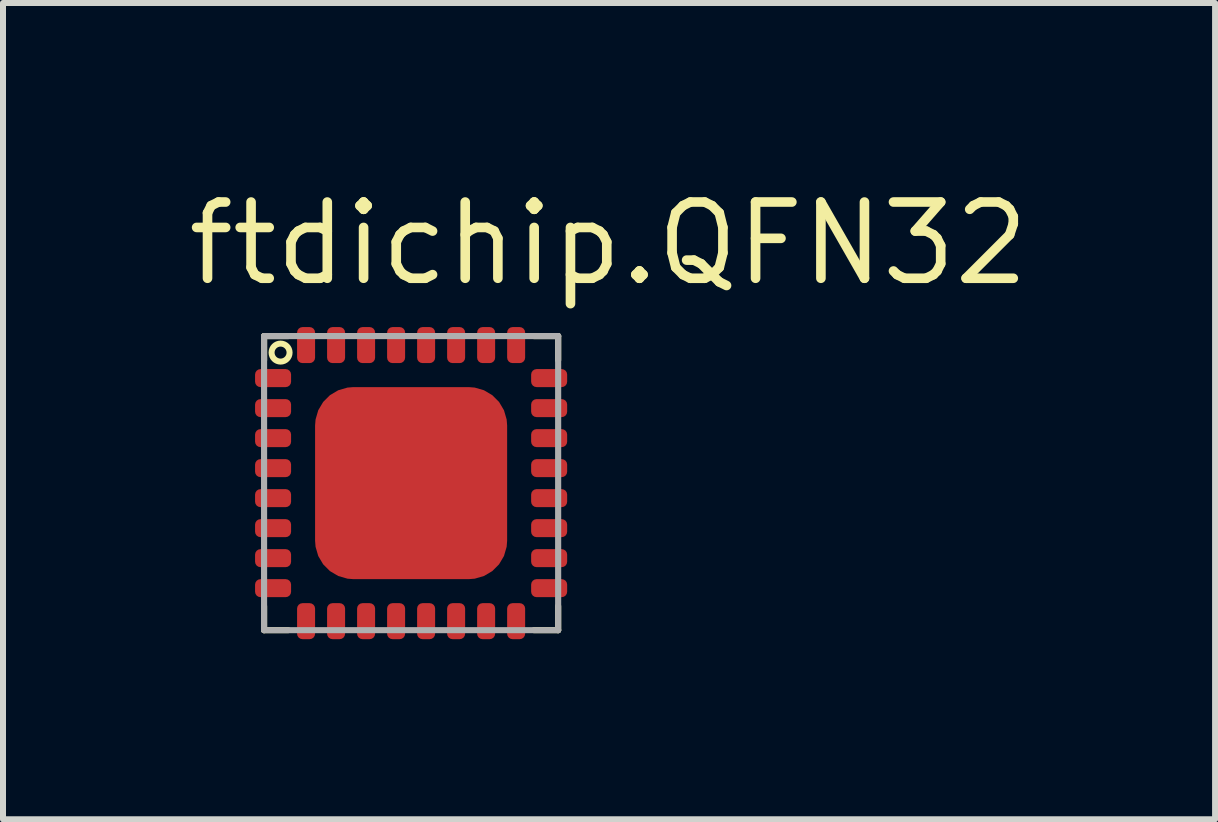
<source format=kicad_pcb>
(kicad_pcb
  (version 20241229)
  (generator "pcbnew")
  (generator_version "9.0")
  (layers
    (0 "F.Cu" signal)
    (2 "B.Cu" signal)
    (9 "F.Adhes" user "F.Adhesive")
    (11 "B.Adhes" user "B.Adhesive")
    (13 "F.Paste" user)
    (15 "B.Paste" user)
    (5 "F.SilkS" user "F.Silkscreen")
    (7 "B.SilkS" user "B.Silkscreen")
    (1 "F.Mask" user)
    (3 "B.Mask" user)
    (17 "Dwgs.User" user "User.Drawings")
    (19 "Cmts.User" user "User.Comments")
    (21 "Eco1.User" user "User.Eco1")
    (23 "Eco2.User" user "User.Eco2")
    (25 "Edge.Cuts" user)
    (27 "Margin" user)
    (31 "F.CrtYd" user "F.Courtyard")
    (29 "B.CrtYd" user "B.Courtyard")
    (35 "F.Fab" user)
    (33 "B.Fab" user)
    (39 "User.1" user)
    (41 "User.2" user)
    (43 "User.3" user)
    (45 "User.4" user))
  (footprint "ftdichip.QFN32"
    (layer "F.Cu")
    (at 3.8 5)
    (property "Reference" "ftdichip.QFN32" (at -3.8 -3.25 0) (layer "F.SilkS") (effects (font (size 1.27 1.27) (thickness 0.16)) (justify left bottom)))
    (attr smd)
    (fp_poly (pts (xy -2.55 -1.35) (xy -2.05 -1.35) (xy -2.05 -1.15) (xy -2.55 -1.15)) (stroke (width 0.102) (type default)) (fill yes) (layer "F.Mask"))
    (fp_poly (pts (xy -2.55 -0.85) (xy -2.05 -0.85) (xy -2.05 -0.65) (xy -2.55 -0.65)) (stroke (width 0.102) (type default)) (fill yes) (layer "F.Mask"))
    (fp_poly (pts (xy -2.55 -0.35) (xy -2.05 -0.35) (xy -2.05 -0.15) (xy -2.55 -0.15)) (stroke (width 0.102) (type default)) (fill yes) (layer "F.Mask"))
    (fp_poly (pts (xy -2.55 0.15) (xy -2.05 0.15) (xy -2.05 0.35) (xy -2.55 0.35)) (stroke (width 0.102) (type default)) (fill yes) (layer "F.Mask"))
    (fp_poly (pts (xy -2.55 0.65) (xy -2.05 0.65) (xy -2.05 0.85) (xy -2.55 0.85)) (stroke (width 0.102) (type default)) (fill yes) (layer "F.Mask"))
    (fp_poly (pts (xy -2.55 1.15) (xy -2.05 1.15) (xy -2.05 1.35) (xy -2.55 1.35)) (stroke (width 0.102) (type default)) (fill yes) (layer "F.Mask"))
    (fp_poly (pts (xy -1.35 2.55) (xy -1.35 2.05) (xy -1.15 2.05) (xy -1.15 2.55)) (stroke (width 0.102) (type default)) (fill yes) (layer "F.Mask"))
    (fp_poly (pts (xy -1.325 -1.325) (xy 1.325 -1.325) (xy 1.325 1.325) (xy -1.325 1.325)) (stroke (width 0.5) (type default)) (fill yes) (layer "F.Mask"))
    (fp_poly (pts (xy -1.15 -2.55) (xy -1.15 -2.05) (xy -1.35 -2.05) (xy -1.35 -2.55)) (stroke (width 0.102) (type default)) (fill yes) (layer "F.Mask"))
    (fp_poly (pts (xy -0.85 2.55) (xy -0.85 2.05) (xy -0.65 2.05) (xy -0.65 2.55)) (stroke (width 0.102) (type default)) (fill yes) (layer "F.Mask"))
    (fp_poly (pts (xy -0.65 -2.55) (xy -0.65 -2.05) (xy -0.85 -2.05) (xy -0.85 -2.55)) (stroke (width 0.102) (type default)) (fill yes) (layer "F.Mask"))
    (fp_poly (pts (xy -0.35 2.55) (xy -0.35 2.05) (xy -0.15 2.05) (xy -0.15 2.55)) (stroke (width 0.102) (type default)) (fill yes) (layer "F.Mask"))
    (fp_poly (pts (xy -0.15 -2.55) (xy -0.15 -2.05) (xy -0.35 -2.05) (xy -0.35 -2.55)) (stroke (width 0.102) (type default)) (fill yes) (layer "F.Mask"))
    (fp_poly (pts (xy 0.15 2.55) (xy 0.15 2.05) (xy 0.35 2.05) (xy 0.35 2.55)) (stroke (width 0.102) (type default)) (fill yes) (layer "F.Mask"))
    (fp_poly (pts (xy 0.35 -2.55) (xy 0.35 -2.05) (xy 0.15 -2.05) (xy 0.15 -2.55)) (stroke (width 0.102) (type default)) (fill yes) (layer "F.Mask"))
    (fp_poly (pts (xy 0.65 2.55) (xy 0.65 2.05) (xy 0.85 2.05) (xy 0.85 2.55)) (stroke (width 0.102) (type default)) (fill yes) (layer "F.Mask"))
    (fp_poly (pts (xy 0.85 -2.55) (xy 0.85 -2.05) (xy 0.65 -2.05) (xy 0.65 -2.55)) (stroke (width 0.102) (type default)) (fill yes) (layer "F.Mask"))
    (fp_poly (pts (xy 1.15 2.55) (xy 1.15 2.05) (xy 1.35 2.05) (xy 1.35 2.55)) (stroke (width 0.102) (type default)) (fill yes) (layer "F.Mask"))
    (fp_poly (pts (xy 1.35 -2.55) (xy 1.35 -2.05) (xy 1.15 -2.05) (xy 1.15 -2.55)) (stroke (width 0.102) (type default)) (fill yes) (layer "F.Mask"))
    (fp_poly (pts (xy 2.55 -1.15) (xy 2.05 -1.15) (xy 2.05 -1.35) (xy 2.55 -1.35)) (stroke (width 0.102) (type default)) (fill yes) (layer "F.Mask"))
    (fp_poly (pts (xy 2.55 -0.65) (xy 2.05 -0.65) (xy 2.05 -0.85) (xy 2.55 -0.85)) (stroke (width 0.102) (type default)) (fill yes) (layer "F.Mask"))
    (fp_poly (pts (xy 2.55 -0.15) (xy 2.05 -0.15) (xy 2.05 -0.35) (xy 2.55 -0.35)) (stroke (width 0.102) (type default)) (fill yes) (layer "F.Mask"))
    (fp_poly (pts (xy 2.55 0.35) (xy 2.05 0.35) (xy 2.05 0.15) (xy 2.55 0.15)) (stroke (width 0.102) (type default)) (fill yes) (layer "F.Mask"))
    (fp_poly (pts (xy 2.55 0.85) (xy 2.05 0.85) (xy 2.05 0.65) (xy 2.55 0.65)) (stroke (width 0.102) (type default)) (fill yes) (layer "F.Mask"))
    (fp_poly (pts (xy 2.55 1.35) (xy 2.05 1.35) (xy 2.05 1.15) (xy 2.55 1.15)) (stroke (width 0.102) (type default)) (fill yes) (layer "F.Mask"))
    (fp_poly (pts (xy -2.55 -1.85) (xy -2.1 -1.85) (xy -2.05 -1.8) (xy -2.05 -1.65) (xy -2.55 -1.65)) (stroke (width 0.102) (type default)) (fill yes) (layer "F.Mask"))
    (fp_poly (pts (xy -2.55 1.85) (xy -2.1 1.85) (xy -2.05 1.8) (xy -2.05 1.65) (xy -2.55 1.65)) (stroke (width 0.102) (type default)) (fill yes) (layer "F.Mask"))
    (fp_poly (pts (xy -1.85 -2.55) (xy -1.85 -2.1) (xy -1.8 -2.05) (xy -1.65 -2.05) (xy -1.65 -2.55)) (stroke (width 0.102) (type default)) (fill yes) (layer "F.Mask"))
    (fp_poly (pts (xy -1.85 2.55) (xy -1.85 2.1) (xy -1.8 2.05) (xy -1.65 2.05) (xy -1.65 2.55)) (stroke (width 0.102) (type default)) (fill yes) (layer "F.Mask"))
    (fp_poly (pts (xy 1.85 -2.55) (xy 1.85 -2.1) (xy 1.8 -2.05) (xy 1.65 -2.05) (xy 1.65 -2.55)) (stroke (width 0.102) (type default)) (fill yes) (layer "F.Mask"))
    (fp_poly (pts (xy 1.85 2.55) (xy 1.85 2.1) (xy 1.8 2.05) (xy 1.65 2.05) (xy 1.65 2.55)) (stroke (width 0.102) (type default)) (fill yes) (layer "F.Mask"))
    (fp_poly (pts (xy 2.55 -1.85) (xy 2.1 -1.85) (xy 2.05 -1.8) (xy 2.05 -1.65) (xy 2.55 -1.65)) (stroke (width 0.102) (type default)) (fill yes) (layer "F.Mask"))
    (fp_poly (pts (xy 2.55 1.85) (xy 2.1 1.85) (xy 2.05 1.8) (xy 2.05 1.65) (xy 2.55 1.65)) (stroke (width 0.102) (type default)) (fill yes) (layer "F.Mask"))
    (fp_line (start -2.45 -2.45) (end -2.05 -2.45) (stroke (width 0.102) (type default)) (layer "F.SilkS"))
    (fp_line (start -2.45 -2.05) (end -2.45 -2.45) (stroke (width 0.102) (type default)) (layer "F.SilkS"))
    (fp_line (start -2.45 2.45) (end -2.45 2.05) (stroke (width 0.102) (type default)) (layer "F.SilkS"))
    (fp_line (start -2.05 2.45) (end -2.45 2.45) (stroke (width 0.102) (type default)) (layer "F.SilkS"))
    (fp_line (start 2.05 -2.45) (end 2.45 -2.45) (stroke (width 0.102) (type default)) (layer "F.SilkS"))
    (fp_line (start 2.45 -2.45) (end 2.45 -2.05) (stroke (width 0.102) (type default)) (layer "F.SilkS"))
    (fp_line (start 2.45 2.05) (end 2.45 2.45) (stroke (width 0.102) (type default)) (layer "F.SilkS"))
    (fp_line (start 2.45 2.45) (end 2.05 2.45) (stroke (width 0.102) (type default)) (layer "F.SilkS"))
    (fp_circle (center -2.175 -2.175) (end -2.025 -2.175) (stroke (width 0.1) (type default)) (fill no) (layer "F.SilkS"))
    (fp_rect (start -1.3 -1.1) (end -0.7 -1.4) (stroke (width 0.05) (type default)) (fill yes) (layer "F.Paste"))
    (fp_rect (start -1.3 -0.6) (end -0.7 -0.9) (stroke (width 0.05) (type default)) (fill yes) (layer "F.Paste"))
    (fp_rect (start -1.3 -0.1) (end -0.7 -0.4) (stroke (width 0.05) (type default)) (fill yes) (layer "F.Paste"))
    (fp_rect (start -1.3 0.4) (end -0.7 0.1) (stroke (width 0.05) (type default)) (fill yes) (layer "F.Paste"))
    (fp_rect (start -1.3 0.9) (end -0.7 0.6) (stroke (width 0.05) (type default)) (fill yes) (layer "F.Paste"))
    (fp_rect (start -1.3 1.4) (end -0.7 1.1) (stroke (width 0.05) (type default)) (fill yes) (layer "F.Paste"))
    (fp_rect (start -0.3 -1.1) (end 0.3 -1.4) (stroke (width 0.05) (type default)) (fill yes) (layer "F.Paste"))
    (fp_rect (start -0.3 -0.6) (end 0.3 -0.9) (stroke (width 0.05) (type default)) (fill yes) (layer "F.Paste"))
    (fp_rect (start -0.3 -0.1) (end 0.3 -0.4) (stroke (width 0.05) (type default)) (fill yes) (layer "F.Paste"))
    (fp_rect (start -0.3 0.4) (end 0.3 0.1) (stroke (width 0.05) (type default)) (fill yes) (layer "F.Paste"))
    (fp_rect (start -0.3 0.9) (end 0.3 0.6) (stroke (width 0.05) (type default)) (fill yes) (layer "F.Paste"))
    (fp_rect (start -0.3 1.4) (end 0.3 1.1) (stroke (width 0.05) (type default)) (fill yes) (layer "F.Paste"))
    (fp_rect (start 0.7 -1.1) (end 1.3 -1.4) (stroke (width 0.05) (type default)) (fill yes) (layer "F.Paste"))
    (fp_rect (start 0.7 -0.6) (end 1.3 -0.9) (stroke (width 0.05) (type default)) (fill yes) (layer "F.Paste"))
    (fp_rect (start 0.7 -0.1) (end 1.3 -0.4) (stroke (width 0.05) (type default)) (fill yes) (layer "F.Paste"))
    (fp_rect (start 0.7 0.4) (end 1.3 0.1) (stroke (width 0.05) (type default)) (fill yes) (layer "F.Paste"))
    (fp_rect (start 0.7 0.9) (end 1.3 0.6) (stroke (width 0.05) (type default)) (fill yes) (layer "F.Paste"))
    (fp_rect (start 0.7 1.4) (end 1.3 1.1) (stroke (width 0.05) (type default)) (fill yes) (layer "F.Paste"))
    (fp_poly (pts (xy -2.525 -1.325) (xy -2.075 -1.325) (xy -2.075 -1.175) (xy -2.525 -1.175)) (stroke (width 0.102) (type default)) (fill yes) (layer "F.Paste"))
    (fp_poly (pts (xy -2.525 -0.825) (xy -2.075 -0.825) (xy -2.075 -0.675) (xy -2.525 -0.675)) (stroke (width 0.102) (type default)) (fill yes) (layer "F.Paste"))
    (fp_poly (pts (xy -2.525 -0.325) (xy -2.075 -0.325) (xy -2.075 -0.175) (xy -2.525 -0.175)) (stroke (width 0.102) (type default)) (fill yes) (layer "F.Paste"))
    (fp_poly (pts (xy -2.525 0.175) (xy -2.075 0.175) (xy -2.075 0.325) (xy -2.525 0.325)) (stroke (width 0.102) (type default)) (fill yes) (layer "F.Paste"))
    (fp_poly (pts (xy -2.525 0.675) (xy -2.075 0.675) (xy -2.075 0.825) (xy -2.525 0.825)) (stroke (width 0.102) (type default)) (fill yes) (layer "F.Paste"))
    (fp_poly (pts (xy -2.525 1.175) (xy -2.075 1.175) (xy -2.075 1.325) (xy -2.525 1.325)) (stroke (width 0.102) (type default)) (fill yes) (layer "F.Paste"))
    (fp_poly (pts (xy -1.325 2.525) (xy -1.325 2.075) (xy -1.175 2.075) (xy -1.175 2.525)) (stroke (width 0.102) (type default)) (fill yes) (layer "F.Paste"))
    (fp_poly (pts (xy -1.175 -2.525) (xy -1.175 -2.075) (xy -1.325 -2.075) (xy -1.325 -2.525)) (stroke (width 0.102) (type default)) (fill yes) (layer "F.Paste"))
    (fp_poly (pts (xy -0.825 2.525) (xy -0.825 2.075) (xy -0.675 2.075) (xy -0.675 2.525)) (stroke (width 0.102) (type default)) (fill yes) (layer "F.Paste"))
    (fp_poly (pts (xy -0.675 -2.525) (xy -0.675 -2.075) (xy -0.825 -2.075) (xy -0.825 -2.525)) (stroke (width 0.102) (type default)) (fill yes) (layer "F.Paste"))
    (fp_poly (pts (xy -0.325 2.525) (xy -0.325 2.075) (xy -0.175 2.075) (xy -0.175 2.525)) (stroke (width 0.102) (type default)) (fill yes) (layer "F.Paste"))
    (fp_poly (pts (xy -0.175 -2.525) (xy -0.175 -2.075) (xy -0.325 -2.075) (xy -0.325 -2.525)) (stroke (width 0.102) (type default)) (fill yes) (layer "F.Paste"))
    (fp_poly (pts (xy 0.175 2.525) (xy 0.175 2.075) (xy 0.325 2.075) (xy 0.325 2.525)) (stroke (width 0.102) (type default)) (fill yes) (layer "F.Paste"))
    (fp_poly (pts (xy 0.325 -2.525) (xy 0.325 -2.075) (xy 0.175 -2.075) (xy 0.175 -2.525)) (stroke (width 0.102) (type default)) (fill yes) (layer "F.Paste"))
    (fp_poly (pts (xy 0.675 2.525) (xy 0.675 2.075) (xy 0.825 2.075) (xy 0.825 2.525)) (stroke (width 0.102) (type default)) (fill yes) (layer "F.Paste"))
    (fp_poly (pts (xy 0.825 -2.525) (xy 0.825 -2.075) (xy 0.675 -2.075) (xy 0.675 -2.525)) (stroke (width 0.102) (type default)) (fill yes) (layer "F.Paste"))
    (fp_poly (pts (xy 1.175 2.525) (xy 1.175 2.075) (xy 1.325 2.075) (xy 1.325 2.525)) (stroke (width 0.102) (type default)) (fill yes) (layer "F.Paste"))
    (fp_poly (pts (xy 1.325 -2.525) (xy 1.325 -2.075) (xy 1.175 -2.075) (xy 1.175 -2.525)) (stroke (width 0.102) (type default)) (fill yes) (layer "F.Paste"))
    (fp_poly (pts (xy 2.525 -1.175) (xy 2.075 -1.175) (xy 2.075 -1.325) (xy 2.525 -1.325)) (stroke (width 0.102) (type default)) (fill yes) (layer "F.Paste"))
    (fp_poly (pts (xy 2.525 -0.675) (xy 2.075 -0.675) (xy 2.075 -0.825) (xy 2.525 -0.825)) (stroke (width 0.102) (type default)) (fill yes) (layer "F.Paste"))
    (fp_poly (pts (xy 2.525 -0.175) (xy 2.075 -0.175) (xy 2.075 -0.325) (xy 2.525 -0.325)) (stroke (width 0.102) (type default)) (fill yes) (layer "F.Paste"))
    (fp_poly (pts (xy 2.525 0.325) (xy 2.075 0.325) (xy 2.075 0.175) (xy 2.525 0.175)) (stroke (width 0.102) (type default)) (fill yes) (layer "F.Paste"))
    (fp_poly (pts (xy 2.525 0.825) (xy 2.075 0.825) (xy 2.075 0.675) (xy 2.525 0.675)) (stroke (width 0.102) (type default)) (fill yes) (layer "F.Paste"))
    (fp_poly (pts (xy 2.525 1.325) (xy 2.075 1.325) (xy 2.075 1.175) (xy 2.525 1.175)) (stroke (width 0.102) (type default)) (fill yes) (layer "F.Paste"))
    (fp_poly (pts (xy -2.525 -1.825) (xy -2.125 -1.825) (xy -2.075 -1.775) (xy -2.075 -1.675) (xy -2.525 -1.675)) (stroke (width 0.102) (type default)) (fill yes) (layer "F.Paste"))
    (fp_poly (pts (xy -2.525 1.825) (xy -2.125 1.825) (xy -2.075 1.775) (xy -2.075 1.675) (xy -2.525 1.675)) (stroke (width 0.102) (type default)) (fill yes) (layer "F.Paste"))
    (fp_poly (pts (xy -1.825 -2.525) (xy -1.825 -2.125) (xy -1.775 -2.075) (xy -1.675 -2.075) (xy -1.675 -2.525)) (stroke (width 0.102) (type default)) (fill yes) (layer "F.Paste"))
    (fp_poly (pts (xy -1.825 2.525) (xy -1.825 2.125) (xy -1.775 2.075) (xy -1.675 2.075) (xy -1.675 2.525)) (stroke (width 0.102) (type default)) (fill yes) (layer "F.Paste"))
    (fp_poly (pts (xy 1.825 -2.525) (xy 1.825 -2.125) (xy 1.775 -2.075) (xy 1.675 -2.075) (xy 1.675 -2.525)) (stroke (width 0.102) (type default)) (fill yes) (layer "F.Paste"))
    (fp_poly (pts (xy 1.825 2.525) (xy 1.825 2.125) (xy 1.775 2.075) (xy 1.675 2.075) (xy 1.675 2.525)) (stroke (width 0.102) (type default)) (fill yes) (layer "F.Paste"))
    (fp_poly (pts (xy 2.525 -1.825) (xy 2.125 -1.825) (xy 2.075 -1.775) (xy 2.075 -1.675) (xy 2.525 -1.675)) (stroke (width 0.102) (type default)) (fill yes) (layer "F.Paste"))
    (fp_poly (pts (xy 2.525 1.825) (xy 2.125 1.825) (xy 2.075 1.775) (xy 2.075 1.675) (xy 2.525 1.675)) (stroke (width 0.102) (type default)) (fill yes) (layer "F.Paste"))
    (fp_line (start -2.45 -2.45) (end 2.45 -2.45) (stroke (width 0.102) (type default)) (layer "F.Fab"))
    (fp_line (start -2.45 2.45) (end -2.45 -2.45) (stroke (width 0.102) (type default)) (layer "F.Fab"))
    (fp_line (start 2.45 -2.45) (end 2.45 2.45) (stroke (width 0.102) (type default)) (layer "F.Fab"))
    (fp_line (start 2.45 2.45) (end -2.45 2.45) (stroke (width 0.102) (type default)) (layer "F.Fab"))
    (pad "1" smd roundrect (at -2.3 -1.75) (size 0.6 0.3) (layers "F.Cu" "F.Mask" "F.Paste") (roundrect_rratio 0.3))
    (pad "2" smd roundrect (at -2.3 -1.25) (size 0.6 0.3) (layers "F.Cu" "F.Mask" "F.Paste") (roundrect_rratio 0.3))
    (pad "3" smd roundrect (at -2.3 -0.75) (size 0.6 0.3) (layers "F.Cu" "F.Mask" "F.Paste") (roundrect_rratio 0.3))
    (pad "4" smd roundrect (at -2.3 -0.25) (size 0.6 0.3) (layers "F.Cu" "F.Mask" "F.Paste") (roundrect_rratio 0.3))
    (pad "5" smd roundrect (at -2.3 0.25) (size 0.6 0.3) (layers "F.Cu" "F.Mask" "F.Paste") (roundrect_rratio 0.3))
    (pad "6" smd roundrect (at -2.3 0.75) (size 0.6 0.3) (layers "F.Cu" "F.Mask" "F.Paste") (roundrect_rratio 0.3))
    (pad "7" smd roundrect (at -2.3 1.25) (size 0.6 0.3) (layers "F.Cu" "F.Mask" "F.Paste") (roundrect_rratio 0.3))
    (pad "8" smd roundrect (at -2.3 1.75) (size 0.6 0.3) (layers "F.Cu" "F.Mask" "F.Paste") (roundrect_rratio 0.3))
    (pad "9" smd roundrect (at -1.75 2.3 90) (size 0.6 0.3) (layers "F.Cu" "F.Mask" "F.Paste") (roundrect_rratio 0.3))
    (pad "10" smd roundrect (at -1.25 2.3 90) (size 0.6 0.3) (layers "F.Cu" "F.Mask" "F.Paste") (roundrect_rratio 0.3))
    (pad "11" smd roundrect (at -0.75 2.3 90) (size 0.6 0.3) (layers "F.Cu" "F.Mask" "F.Paste") (roundrect_rratio 0.3))
    (pad "12" smd roundrect (at -0.25 2.3 90) (size 0.6 0.3) (layers "F.Cu" "F.Mask" "F.Paste") (roundrect_rratio 0.3))
    (pad "13" smd roundrect (at 0.25 2.3 90) (size 0.6 0.3) (layers "F.Cu" "F.Mask" "F.Paste") (roundrect_rratio 0.3))
    (pad "14" smd roundrect (at 0.75 2.3 90) (size 0.6 0.3) (layers "F.Cu" "F.Mask" "F.Paste") (roundrect_rratio 0.3))
    (pad "15" smd roundrect (at 1.25 2.3 90) (size 0.6 0.3) (layers "F.Cu" "F.Mask" "F.Paste") (roundrect_rratio 0.3))
    (pad "16" smd roundrect (at 1.75 2.3 90) (size 0.6 0.3) (layers "F.Cu" "F.Mask" "F.Paste") (roundrect_rratio 0.3))
    (pad "17" smd roundrect (at 2.3 1.75 180) (size 0.6 0.3) (layers "F.Cu" "F.Mask" "F.Paste") (roundrect_rratio 0.3))
    (pad "18" smd roundrect (at 2.3 1.25 180) (size 0.6 0.3) (layers "F.Cu" "F.Mask" "F.Paste") (roundrect_rratio 0.3))
    (pad "19" smd roundrect (at 2.3 0.75 180) (size 0.6 0.3) (layers "F.Cu" "F.Mask" "F.Paste") (roundrect_rratio 0.3))
    (pad "20" smd roundrect (at 2.3 0.25 180) (size 0.6 0.3) (layers "F.Cu" "F.Mask" "F.Paste") (roundrect_rratio 0.3))
    (pad "21" smd roundrect (at 2.3 -0.25 180) (size 0.6 0.3) (layers "F.Cu" "F.Mask" "F.Paste") (roundrect_rratio 0.3))
    (pad "22" smd roundrect (at 2.3 -0.75 180) (size 0.6 0.3) (layers "F.Cu" "F.Mask" "F.Paste") (roundrect_rratio 0.3))
    (pad "23" smd roundrect (at 2.3 -1.25 180) (size 0.6 0.3) (layers "F.Cu" "F.Mask" "F.Paste") (roundrect_rratio 0.3))
    (pad "24" smd roundrect (at 2.3 -1.75 180) (size 0.6 0.3) (layers "F.Cu" "F.Mask" "F.Paste") (roundrect_rratio 0.3))
    (pad "25" smd roundrect (at 1.75 -2.3 270) (size 0.6 0.3) (layers "F.Cu" "F.Mask" "F.Paste") (roundrect_rratio 0.3))
    (pad "26" smd roundrect (at 1.25 -2.3 270) (size 0.6 0.3) (layers "F.Cu" "F.Mask" "F.Paste") (roundrect_rratio 0.3))
    (pad "27" smd roundrect (at 0.75 -2.3 270) (size 0.6 0.3) (layers "F.Cu" "F.Mask" "F.Paste") (roundrect_rratio 0.3))
    (pad "28" smd roundrect (at 0.25 -2.3 270) (size 0.6 0.3) (layers "F.Cu" "F.Mask" "F.Paste") (roundrect_rratio 0.3))
    (pad "29" smd roundrect (at -0.25 -2.3 270) (size 0.6 0.3) (layers "F.Cu" "F.Mask" "F.Paste") (roundrect_rratio 0.3))
    (pad "30" smd roundrect (at -0.75 -2.3 270) (size 0.6 0.3) (layers "F.Cu" "F.Mask" "F.Paste") (roundrect_rratio 0.3))
    (pad "31" smd roundrect (at -1.25 -2.3 270) (size 0.6 0.3) (layers "F.Cu" "F.Mask" "F.Paste") (roundrect_rratio 0.3))
    (pad "32" smd roundrect (at -1.75 -2.3 270) (size 0.6 0.3) (layers "F.Cu" "F.Mask" "F.Paste") (roundrect_rratio 0.3))
    (pad "EXP" smd roundrect (at 0 0) (size 3.2 3.2) (layers "F.Cu" "F.Mask" "F.Paste") (roundrect_rratio 0.2)))
  (gr_rect
    (start -3 -3)
    (end 17.196 10.601)
    (stroke (width 0.1) (type default))
    (fill no)
    (layer "Edge.Cuts")))
</source>
